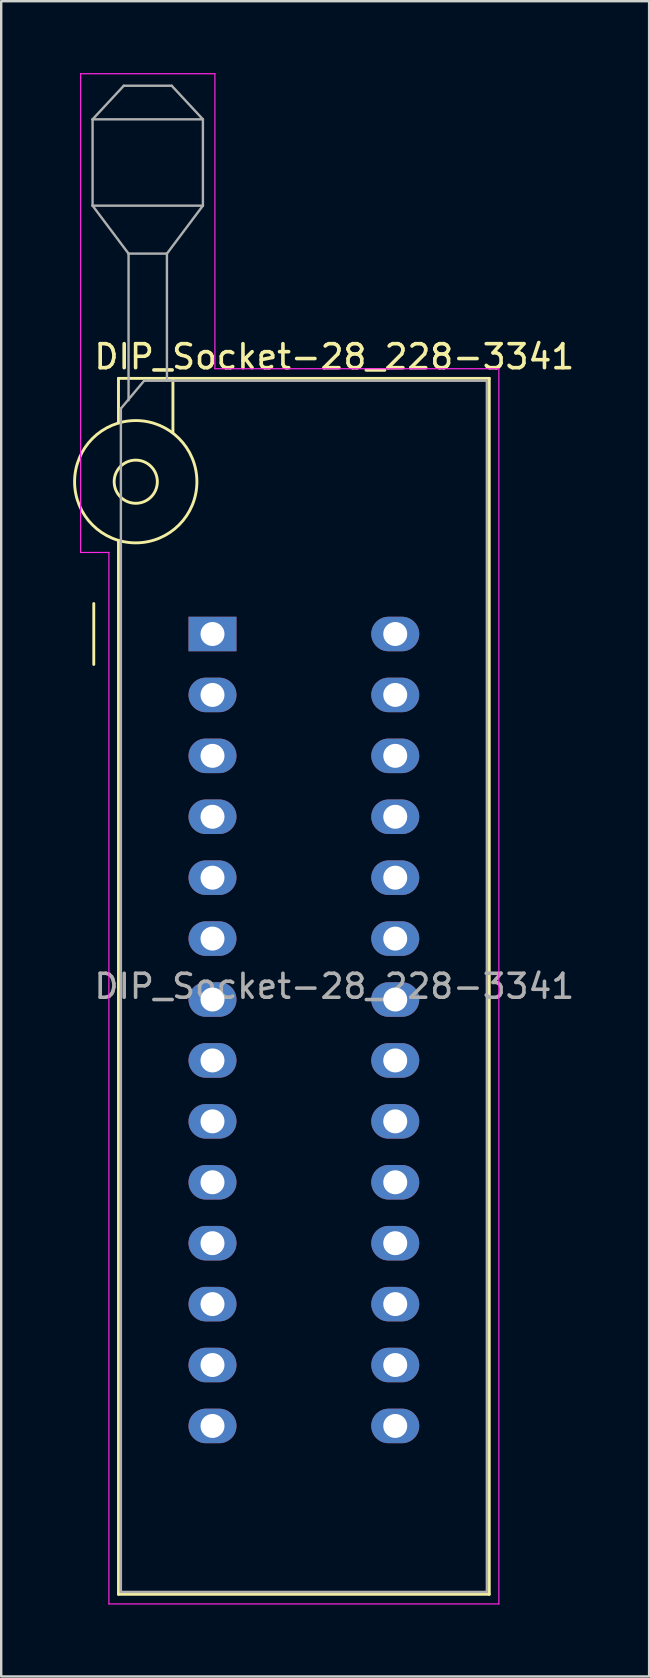
<source format=kicad_pcb>
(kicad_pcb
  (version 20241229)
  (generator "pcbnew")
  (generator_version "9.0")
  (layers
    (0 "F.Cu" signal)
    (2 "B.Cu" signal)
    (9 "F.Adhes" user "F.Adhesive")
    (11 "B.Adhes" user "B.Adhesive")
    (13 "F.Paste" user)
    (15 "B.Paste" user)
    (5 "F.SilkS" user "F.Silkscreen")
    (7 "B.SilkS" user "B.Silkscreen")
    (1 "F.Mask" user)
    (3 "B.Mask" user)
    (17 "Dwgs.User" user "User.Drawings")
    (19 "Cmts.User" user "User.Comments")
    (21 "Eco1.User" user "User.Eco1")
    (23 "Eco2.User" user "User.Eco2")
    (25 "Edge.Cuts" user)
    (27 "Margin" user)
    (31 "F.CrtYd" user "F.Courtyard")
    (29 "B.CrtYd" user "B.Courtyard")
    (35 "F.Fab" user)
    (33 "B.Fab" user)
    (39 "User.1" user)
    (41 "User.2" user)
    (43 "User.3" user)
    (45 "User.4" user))
  (footprint "DIP_Socket-28_228-3341"
    (layer "F.Cu")
    (at 5.81 23.385)
    (property "Reference" "DIP_Socket-28_228-3341" (at 5.08 -11.56 0) (layer "F.SilkS") (effects (font (size 1 1) (thickness 0.15))))
    (attr through_hole)
    (fp_line (start -4.95 1.27) (end -4.95 -1.27) (stroke (width 0.12) (type solid)) (layer "F.SilkS"))
    (fp_line (start -3.92 -10.66) (end -3.92 -8.8) (stroke (width 0.12) (type solid)) (layer "F.SilkS"))
    (fp_line (start -3.92 -3.9) (end -3.92 40.04) (stroke (width 0.12) (type solid)) (layer "F.SilkS"))
    (fp_line (start -3.92 40.04) (end 11.54 40.04) (stroke (width 0.12) (type solid)) (layer "F.SilkS"))
    (fp_line (start -1.65 -10.66) (end -1.65 -8.4) (stroke (width 0.12) (type solid)) (layer "F.SilkS"))
    (fp_line (start 11.54 -10.66) (end -3.92 -10.66) (stroke (width 0.12) (type solid)) (layer "F.SilkS"))
    (fp_line (start 11.54 40.04) (end 11.54 -10.66) (stroke (width 0.12) (type solid)) (layer "F.SilkS"))
    (fp_circle (center -3.2 -6.35) (end -2.3 -6.35) (stroke (width 0.12) (type solid)) (fill no) (layer "F.SilkS"))
    (fp_circle (center -3.2 -6.35) (end -0.65 -6.35) (stroke (width 0.12) (type solid)) (fill no) (layer "F.SilkS"))
    (fp_line (start -5.5 -23.36) (end 0.1 -23.36) (stroke (width 0.05) (type solid)) (layer "F.CrtYd"))
    (fp_line (start -5.5 -3.4) (end -5.5 -23.36) (stroke (width 0.05) (type solid)) (layer "F.CrtYd"))
    (fp_line (start -4.32 -3.4) (end -5.5 -3.4) (stroke (width 0.05) (type solid)) (layer "F.CrtYd"))
    (fp_line (start -4.32 40.44) (end -4.32 -3.4) (stroke (width 0.05) (type solid)) (layer "F.CrtYd"))
    (fp_line (start 0.1 -23.36) (end 0.1 -11.06) (stroke (width 0.05) (type solid)) (layer "F.CrtYd"))
    (fp_line (start 0.1 -11.06) (end 11.94 -11.06) (stroke (width 0.05) (type solid)) (layer "F.CrtYd"))
    (fp_line (start 11.94 -11.06) (end 11.94 40.44) (stroke (width 0.05) (type solid)) (layer "F.CrtYd"))
    (fp_line (start 11.94 40.44) (end -4.32 40.44) (stroke (width 0.05) (type solid)) (layer "F.CrtYd"))
    (fp_line (start -5 -21.46) (end -5 -17.86) (stroke (width 0.1) (type solid)) (layer "F.Fab"))
    (fp_line (start -5 -21.46) (end -3.7 -22.86) (stroke (width 0.1) (type solid)) (layer "F.Fab"))
    (fp_line (start -5 -17.86) (end -3.5 -15.86) (stroke (width 0.1) (type solid)) (layer "F.Fab"))
    (fp_line (start -5 -17.86) (end -0.4 -17.86) (stroke (width 0.1) (type solid)) (layer "F.Fab"))
    (fp_line (start -3.82 -9.4) (end -2.85 -10.56) (stroke (width 0.1) (type solid)) (layer "F.Fab"))
    (fp_line (start -3.82 39.94) (end -3.82 -9.4) (stroke (width 0.1) (type solid)) (layer "F.Fab"))
    (fp_line (start -3.7 -22.86) (end -1.7 -22.86) (stroke (width 0.1) (type solid)) (layer "F.Fab"))
    (fp_line (start -3.5 -15.86) (end -1.9 -15.86) (stroke (width 0.1) (type solid)) (layer "F.Fab"))
    (fp_line (start -3.5 -9.75) (end -3.5 -15.86) (stroke (width 0.1) (type solid)) (layer "F.Fab"))
    (fp_line (start -2.85 -10.56) (end 11.44 -10.56) (stroke (width 0.1) (type solid)) (layer "F.Fab"))
    (fp_line (start -1.9 -15.86) (end -1.9 -10.56) (stroke (width 0.1) (type solid)) (layer "F.Fab"))
    (fp_line (start -1.7 -22.86) (end -0.4 -21.46) (stroke (width 0.1) (type solid)) (layer "F.Fab"))
    (fp_line (start -0.4 -21.46) (end -5 -21.46) (stroke (width 0.1) (type solid)) (layer "F.Fab"))
    (fp_line (start -0.4 -17.86) (end -1.9 -15.86) (stroke (width 0.1) (type solid)) (layer "F.Fab"))
    (fp_line (start -0.4 -17.86) (end -0.4 -21.46) (stroke (width 0.1) (type solid)) (layer "F.Fab"))
    (fp_line (start 11.44 -10.56) (end 11.44 39.94) (stroke (width 0.1) (type solid)) (layer "F.Fab"))
    (fp_line (start 11.44 39.94) (end -3.82 39.94) (stroke (width 0.1) (type solid)) (layer "F.Fab"))
    (fp_text user "${REFERENCE}" (at 5.08 14.69 0) (layer "F.Fab") (effects (font (size 1 1) (thickness 0.15))))
    (pad "1" thru_hole rect (at 0 0) (size 2 1.44) (drill 1) (layers "*.Cu" "*.Mask"))
    (pad "2" thru_hole oval (at 0 2.54) (size 2 1.44) (drill 1) (layers "*.Cu" "*.Mask"))
    (pad "3" thru_hole oval (at 0 5.08) (size 2 1.44) (drill 1) (layers "*.Cu" "*.Mask"))
    (pad "4" thru_hole oval (at 0 7.62) (size 2 1.44) (drill 1) (layers "*.Cu" "*.Mask"))
    (pad "5" thru_hole oval (at 0 10.16) (size 2 1.44) (drill 1) (layers "*.Cu" "*.Mask"))
    (pad "6" thru_hole oval (at 0 12.7) (size 2 1.44) (drill 1) (layers "*.Cu" "*.Mask"))
    (pad "7" thru_hole oval (at 0 15.24) (size 2 1.44) (drill 1) (layers "*.Cu" "*.Mask"))
    (pad "8" thru_hole oval (at 0 17.78) (size 2 1.44) (drill 1) (layers "*.Cu" "*.Mask"))
    (pad "9" thru_hole oval (at 0 20.32) (size 2 1.44) (drill 1) (layers "*.Cu" "*.Mask"))
    (pad "10" thru_hole oval (at 0 22.86) (size 2 1.44) (drill 1) (layers "*.Cu" "*.Mask"))
    (pad "11" thru_hole oval (at 0 25.4) (size 2 1.44) (drill 1) (layers "*.Cu" "*.Mask"))
    (pad "12" thru_hole oval (at 0 27.94) (size 2 1.44) (drill 1) (layers "*.Cu" "*.Mask"))
    (pad "13" thru_hole oval (at 0 30.48) (size 2 1.44) (drill 1) (layers "*.Cu" "*.Mask"))
    (pad "14" thru_hole oval (at 0 33.02) (size 2 1.44) (drill 1) (layers "*.Cu" "*.Mask"))
    (pad "15" thru_hole oval (at 7.62 33.02) (size 2 1.44) (drill 1) (layers "*.Cu" "*.Mask"))
    (pad "16" thru_hole oval (at 7.62 30.48) (size 2 1.44) (drill 1) (layers "*.Cu" "*.Mask"))
    (pad "17" thru_hole oval (at 7.62 27.94) (size 2 1.44) (drill 1) (layers "*.Cu" "*.Mask"))
    (pad "18" thru_hole oval (at 7.62 25.4) (size 2 1.44) (drill 1) (layers "*.Cu" "*.Mask"))
    (pad "19" thru_hole oval (at 7.62 22.86) (size 2 1.44) (drill 1) (layers "*.Cu" "*.Mask"))
    (pad "20" thru_hole oval (at 7.62 20.32) (size 2 1.44) (drill 1) (layers "*.Cu" "*.Mask"))
    (pad "21" thru_hole oval (at 7.62 17.78) (size 2 1.44) (drill 1) (layers "*.Cu" "*.Mask"))
    (pad "22" thru_hole oval (at 7.62 15.24) (size 2 1.44) (drill 1) (layers "*.Cu" "*.Mask"))
    (pad "23" thru_hole oval (at 7.62 12.7) (size 2 1.44) (drill 1) (layers "*.Cu" "*.Mask"))
    (pad "24" thru_hole oval (at 7.62 10.16) (size 2 1.44) (drill 1) (layers "*.Cu" "*.Mask"))
    (pad "25" thru_hole oval (at 7.62 7.62) (size 2 1.44) (drill 1) (layers "*.Cu" "*.Mask"))
    (pad "26" thru_hole oval (at 7.62 5.08) (size 2 1.44) (drill 1) (layers "*.Cu" "*.Mask"))
    (pad "27" thru_hole oval (at 7.62 2.54) (size 2 1.44) (drill 1) (layers "*.Cu" "*.Mask"))
    (pad "28" thru_hole oval (at 7.62 0) (size 2 1.44) (drill 1) (layers "*.Cu" "*.Mask")))
  (gr_rect
    (start -3 -3)
    (end 24.015 66.85)
    (stroke (width 0.1) (type default))
    (fill no)
    (layer "Edge.Cuts")))
</source>
